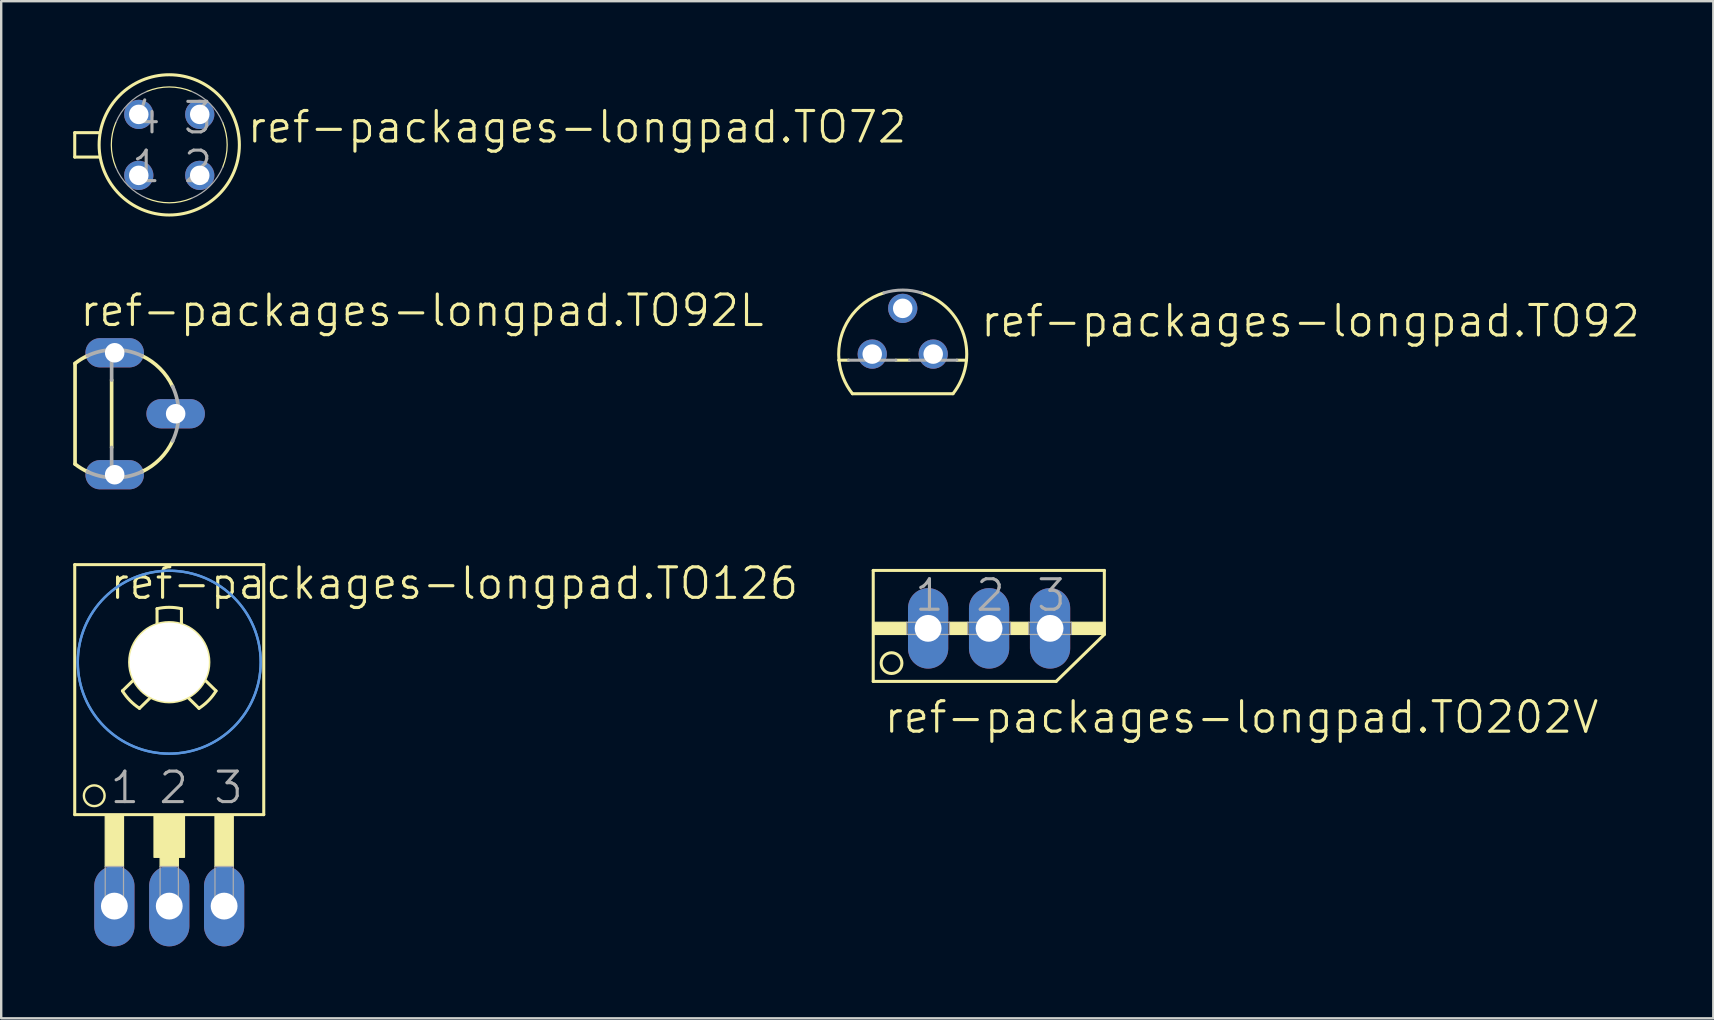
<source format=kicad_pcb>
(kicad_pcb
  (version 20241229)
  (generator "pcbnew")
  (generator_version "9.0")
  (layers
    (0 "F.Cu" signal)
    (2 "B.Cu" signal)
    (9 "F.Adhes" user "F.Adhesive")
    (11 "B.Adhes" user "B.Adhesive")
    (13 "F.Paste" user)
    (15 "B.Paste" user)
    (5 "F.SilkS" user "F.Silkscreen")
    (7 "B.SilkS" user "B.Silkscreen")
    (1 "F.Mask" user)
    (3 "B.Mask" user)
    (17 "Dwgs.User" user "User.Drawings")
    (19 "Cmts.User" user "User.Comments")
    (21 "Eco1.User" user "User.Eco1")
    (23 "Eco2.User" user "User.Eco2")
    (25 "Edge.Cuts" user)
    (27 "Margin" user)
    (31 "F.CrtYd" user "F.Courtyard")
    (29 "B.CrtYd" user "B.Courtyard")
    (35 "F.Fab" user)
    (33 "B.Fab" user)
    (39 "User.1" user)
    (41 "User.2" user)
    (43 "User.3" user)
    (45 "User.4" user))
  (footprint "ref-packages-longpad.TO202V"
    (layer "F.Cu")
    (at 38.152 20.585)
    (property "Reference" "ref-packages-longpad.TO202V" (at -4.445 6.985 0) (layer "F.SilkS") (effects (font (size 1.27 1.27) (thickness 0.13)) (justify left bottom)))
    (attr through_hole)
    (fp_line (start -4.826 0.127) (end 4.801 0.127) (stroke (width 0.127) (type default)) (layer "F.SilkS"))
    (fp_line (start -4.826 4.75) (end -4.826 0.127) (stroke (width 0.127) (type default)) (layer "F.SilkS"))
    (fp_line (start -4.826 4.75) (end 2.794 4.75) (stroke (width 0.127) (type default)) (layer "F.SilkS"))
    (fp_line (start 2.794 4.75) (end 4.801 2.794) (stroke (width 0.127) (type default)) (layer "F.SilkS"))
    (fp_line (start 4.801 0.127) (end 4.801 2.794) (stroke (width 0.127) (type default)) (layer "F.SilkS"))
    (fp_rect (start -4.826 2.794) (end -3.429 2.286) (stroke (width 0.05) (type default)) (fill yes) (layer "F.SilkS"))
    (fp_rect (start -1.651 2.794) (end -0.889 2.286) (stroke (width 0.05) (type default)) (fill yes) (layer "F.SilkS"))
    (fp_rect (start 0.889 2.794) (end 1.651 2.286) (stroke (width 0.05) (type default)) (fill yes) (layer "F.SilkS"))
    (fp_rect (start 3.429 2.794) (end 4.826 2.286) (stroke (width 0.05) (type default)) (fill yes) (layer "F.SilkS"))
    (fp_circle (center -4.064 3.988) (end -3.632 3.988) (stroke (width 0.127) (type default)) (fill no) (layer "F.SilkS"))
    (fp_rect (start -3.429 2.794) (end -1.651 2.286) (stroke (width 0.05) (type default)) (fill no) (layer "F.Fab"))
    (fp_rect (start -0.889 2.794) (end 0.889 2.286) (stroke (width 0.05) (type default)) (fill no) (layer "F.Fab"))
    (fp_rect (start 1.651 2.794) (end 3.429 2.286) (stroke (width 0.05) (type default)) (fill no) (layer "F.Fab"))
    (fp_text user "2" (at -0.635 1.905 0) (layer "F.Fab") (effects (font (size 1.27 1.27) (thickness 0.13)) (justify left bottom)))
    (fp_text user "3" (at 1.905 1.905 0) (layer "F.Fab") (effects (font (size 1.27 1.27) (thickness 0.13)) (justify left bottom)))
    (fp_text user "1" (at -3.175 1.905 0) (layer "F.Fab") (effects (font (size 1.27 1.27) (thickness 0.13)) (justify left bottom)))
    (pad "1" thru_hole oval (at -2.54 2.54 90) (size 3.353 1.676) (drill 1.118) (layers "*.Cu" "*.Mask"))
    (pad "2" thru_hole oval (at 0 2.54 90) (size 3.353 1.676) (drill 1.118) (layers "*.Cu" "*.Mask"))
    (pad "3" thru_hole oval (at 2.54 2.54 90) (size 3.353 1.676) (drill 1.118) (layers "*.Cu" "*.Mask")))
  (footprint "ref-packages-longpad.TO126"
    (layer "F.Cu")
    (at 4 29.615)
    (property "Reference" "ref-packages-longpad.TO126" (at -2.54 -7.62 0) (layer "F.SilkS") (effects (font (size 1.27 1.27) (thickness 0.13)) (justify left bottom)))
    (attr through_hole)
    (fp_line (start -3.937 -9.144) (end 3.937 -9.144) (stroke (width 0.127) (type default)) (layer "F.SilkS"))
    (fp_line (start -3.937 1.27) (end -3.937 -9.144) (stroke (width 0.127) (type default)) (layer "F.SilkS"))
    (fp_line (start -3.937 1.27) (end 3.937 1.27) (stroke (width 0.127) (type default)) (layer "F.SilkS"))
    (fp_line (start -1.479 -4.346) (end -1.949 -3.886) (stroke (width 0.127) (type default)) (layer "F.SilkS"))
    (fp_line (start -0.769 -3.619) (end -1.239 -3.159) (stroke (width 0.127) (type default)) (layer "F.SilkS"))
    (fp_line (start -0.508 -6.651) (end -0.508 -7.309) (stroke (width 0.127) (type default)) (layer "F.SilkS"))
    (fp_line (start 0.508 -6.651) (end 0.508 -7.309) (stroke (width 0.127) (type default)) (layer "F.SilkS"))
    (fp_line (start 0.769 -3.619) (end 1.239 -3.159) (stroke (width 0.127) (type default)) (layer "F.SilkS"))
    (fp_line (start 1.479 -4.346) (end 1.949 -3.886) (stroke (width 0.127) (type default)) (layer "F.SilkS"))
    (fp_line (start 3.937 -9.144) (end 3.937 1.27) (stroke (width 0.127) (type default)) (layer "F.SilkS"))
    (fp_rect (start -2.667 3.429) (end -1.905 1.27) (stroke (width 0.05) (type default)) (fill yes) (layer "F.SilkS"))
    (fp_rect (start -0.635 3.048) (end 0.635 1.27) (stroke (width 0.05) (type default)) (fill yes) (layer "F.SilkS"))
    (fp_rect (start -0.381 3.429) (end 0.381 1.27) (stroke (width 0.05) (type default)) (fill yes) (layer "F.SilkS"))
    (fp_rect (start 1.905 3.429) (end 2.667 1.27) (stroke (width 0.05) (type default)) (fill yes) (layer "F.SilkS"))
    (fp_arc (start -1.2393 -3.1591) (mid -1.635181 -3.482509) (end -1.9493 -3.8858) (stroke (width 0.127) (type default)) (layer "F.SilkS"))
    (fp_arc (start -0.508 -7.3088) (mid 0 -7.36596) (end 0.508 -7.3088) (stroke (width 0.127) (type default)) (layer "F.SilkS"))
    (fp_arc (start 1.9493 -3.8858) (mid 1.635181 -3.482509) (end 1.2393 -3.1591) (stroke (width 0.127) (type default)) (layer "F.SilkS"))
    (fp_circle (center -3.124 0.483) (end -2.692 0.483) (stroke (width 0.1) (type default)) (fill no) (layer "F.SilkS"))
    (fp_circle (center 0 -5.08) (end 1.651 -5.08) (stroke (width 0.127) (type default)) (fill no) (layer "F.SilkS"))
    (fp_circle (center 0 -5.08) (end 3.81 -5.08) (stroke (width 0.1) (type default)) (fill no) (layer "Cmts.User"))
    (fp_circle (center 0 -5.08) (end 3.81 -5.08) (stroke (width 0.1) (type default)) (fill no) (layer "Cmts.User"))
    (fp_rect (start -2.667 5.207) (end -1.905 3.429) (stroke (width 0.05) (type default)) (fill no) (layer "F.Fab"))
    (fp_rect (start -0.381 5.207) (end 0.381 3.429) (stroke (width 0.05) (type default)) (fill no) (layer "F.Fab"))
    (fp_rect (start 1.905 5.207) (end 2.667 3.429) (stroke (width 0.05) (type default)) (fill no) (layer "F.Fab"))
    (fp_text user "3" (at 1.778 0.889 0) (layer "F.Fab") (effects (font (size 1.27 1.27) (thickness 0.13)) (justify left bottom)))
    (fp_text user "2" (at -0.508 0.889 0) (layer "F.Fab") (effects (font (size 1.27 1.27) (thickness 0.13)) (justify left bottom)))
    (fp_text user "1" (at -2.54 0.889 0) (layer "F.Fab") (effects (font (size 1.27 1.27) (thickness 0.13)) (justify left bottom)))
    (pad "" np_thru_hole circle (at 0 -5.08) (size 3.302 3.302) (drill 3.302) (layers "*.Cu" "*.Mask"))
    (pad "1" thru_hole oval (at -2.286 5.08 90) (size 3.353 1.676) (drill 1.118) (layers "*.Cu" "*.Mask"))
    (pad "2" thru_hole oval (at 0 5.08 90) (size 3.353 1.676) (drill 1.118) (layers "*.Cu" "*.Mask"))
    (pad "3" thru_hole oval (at 2.286 5.08 90) (size 3.353 1.676) (drill 1.118) (layers "*.Cu" "*.Mask")))
  (footprint "ref-packages-longpad.TO92L"
    (layer "F.Cu")
    (at 1.727 14.185)
    (property "Reference" "ref-packages-longpad.TO92L" (at -1.524 -3.556 0) (layer "F.SilkS") (effects (font (size 1.27 1.27) (thickness 0.13)) (justify left bottom)))
    (attr through_hole)
    (fp_line (start -1.651 -2.095) (end -1.651 2.095) (stroke (width 0.152) (type default)) (layer "F.SilkS"))
    (fp_line (start -0.127 1.404) (end -0.127 -1.404) (stroke (width 0.152) (type default)) (layer "F.SilkS"))
    (fp_arc (start -1.651 -2.095) (mid -1.40252 -2.268918) (end -1.1359 -2.4135) (stroke (width 0.1524) (type default)) (layer "F.SilkS"))
    (fp_arc (start -1.1118 2.4247) (mid -1.391201 2.275878) (end -1.651 2.095) (stroke (width 0.1524) (type default)) (layer "F.SilkS"))
    (fp_arc (start 1.1359 -2.413) (mid 1.885847 -1.885847) (end 2.413 -1.1359) (stroke (width 0.1524) (type default)) (layer "F.SilkS"))
    (fp_arc (start 2.413 1.1359) (mid 1.885847 1.885847) (end 1.1359 2.413) (stroke (width 0.1524) (type default)) (layer "F.SilkS"))
    (fp_line (start -0.127 -1.404) (end -0.127 -2.664) (stroke (width 0.152) (type default)) (layer "F.Fab"))
    (fp_line (start -0.127 2.664) (end -0.127 1.404) (stroke (width 0.152) (type default)) (layer "F.Fab"))
    (fp_arc (start -1.1359 -2.413) (mid -0.643799 -2.588137) (end -0.127 -2.664) (stroke (width 0.1524) (type default)) (layer "F.Fab"))
    (fp_arc (start -0.127 -2.664) (mid 0.519825 -2.615858) (end 1.1359 -2.413) (stroke (width 0.1524) (type default)) (layer "F.Fab"))
    (fp_arc (start -0.127 2.664) (mid -0.643799 2.588137) (end -1.1359 2.413) (stroke (width 0.1524) (type default)) (layer "F.Fab"))
    (fp_arc (start 1.1359 2.413) (mid 0.519825 2.615858) (end -0.127 2.664) (stroke (width 0.1524) (type default)) (layer "F.Fab"))
    (fp_arc (start 2.413 -1.1359) (mid 2.66699 0) (end 2.413 1.1359) (stroke (width 0.1524) (type default)) (layer "F.Fab"))
    (pad "1" thru_hole oval (at 0 2.54) (size 2.438 1.219) (drill 0.813) (layers "*.Cu" "*.Mask"))
    (pad "2" thru_hole oval (at 2.54 0) (size 2.438 1.219) (drill 0.813) (layers "*.Cu" "*.Mask"))
    (pad "3" thru_hole oval (at 0 -2.54) (size 2.438 1.219) (drill 0.813) (layers "*.Cu" "*.Mask")))
  (footprint "ref-packages-longpad.TO92"
    (layer "F.Cu")
    (at 34.554 11.7)
    (property "Reference" "ref-packages-longpad.TO92" (at 3.175 -0.635 0) (layer "F.SilkS") (effects (font (size 1.27 1.27) (thickness 0.13)) (justify left bottom)))
    (attr through_hole)
    (fp_line (start -2.655 0.254) (end -2.254 0.254) (stroke (width 0.127) (type default)) (layer "F.SilkS"))
    (fp_line (start -2.095 1.651) (end 2.095 1.651) (stroke (width 0.127) (type default)) (layer "F.SilkS"))
    (fp_line (start -0.286 0.254) (end 0.286 0.254) (stroke (width 0.127) (type default)) (layer "F.SilkS"))
    (fp_line (start 2.254 0.254) (end 2.655 0.254) (stroke (width 0.127) (type default)) (layer "F.SilkS"))
    (fp_arc (start -2.6549 0.254) (mid -2.219001 -1.479565) (end -0.7863 -2.5485) (stroke (width 0.127) (type default)) (layer "F.SilkS"))
    (fp_arc (start -2.0946 1.651) (mid -2.475346 0.992847) (end -2.6549 0.254) (stroke (width 0.127) (type default)) (layer "F.SilkS"))
    (fp_arc (start 0.7863 -2.5484) (mid 2.54627 -0.793201) (end 2.0945 1.651) (stroke (width 0.127) (type default)) (layer "F.SilkS"))
    (fp_line (start -2.254 0.254) (end -0.286 0.254) (stroke (width 0.127) (type default)) (layer "F.Fab"))
    (fp_line (start 0.286 0.254) (end 2.254 0.254) (stroke (width 0.127) (type default)) (layer "F.Fab"))
    (fp_arc (start -0.7863 -2.5485) (mid 0 -2.667043) (end 0.7863 -2.5485) (stroke (width 0.127) (type default)) (layer "F.Fab"))
    (pad "1" thru_hole circle (at -1.27 0) (size 1.219 1.219) (drill 0.813) (layers "*.Cu" "*.Mask"))
    (pad "2" thru_hole circle (at 0 -1.905) (size 1.219 1.219) (drill 0.813) (layers "*.Cu" "*.Mask"))
    (pad "3" thru_hole circle (at 1.27 0) (size 1.219 1.219) (drill 0.813) (layers "*.Cu" "*.Mask")))
  (footprint "ref-packages-longpad.TO72"
    (layer "F.Cu")
    (at 4 2.985)
    (property "Reference" "ref-packages-longpad.TO72" (at 3.175 0 0) (layer "F.SilkS") (effects (font (size 1.27 1.27) (thickness 0.13)) (justify left bottom)))
    (attr through_hole)
    (fp_line (start -3.937 -0.508) (end -2.896 -0.508) (stroke (width 0.127) (type default)) (layer "F.SilkS"))
    (fp_line (start -3.937 0.508) (end -3.937 -0.508) (stroke (width 0.127) (type default)) (layer "F.SilkS"))
    (fp_line (start -2.896 0.508) (end -3.937 0.508) (stroke (width 0.127) (type default)) (layer "F.SilkS"))
    (fp_arc (start -2.227 0.9289) (mid -2.412962 0) (end -2.227 -0.9289) (stroke (width 0.0508) (type default)) (layer "F.SilkS"))
    (fp_arc (start -0.9289 -2.227) (mid 0 -2.412962) (end 0.9289 -2.227) (stroke (width 0.0508) (type default)) (layer "F.SilkS"))
    (fp_arc (start 0.9289 2.227) (mid 0 2.412962) (end -0.9289 2.227) (stroke (width 0.0508) (type default)) (layer "F.SilkS"))
    (fp_arc (start 2.227 -0.9289) (mid 2.412962 0) (end 2.227 0.9289) (stroke (width 0.0508) (type default)) (layer "F.SilkS"))
    (fp_circle (center 0 0) (end 2.921 0) (stroke (width 0.127) (type default)) (fill no) (layer "F.SilkS"))
    (fp_arc (start -2.227 -0.9289) (mid -1.706222 -1.706222) (end -0.9289 -2.227) (stroke (width 0.0508) (type default)) (layer "F.Fab"))
    (fp_arc (start -0.9289 2.227) (mid -1.706222 1.706222) (end -2.227 0.9289) (stroke (width 0.0508) (type default)) (layer "F.Fab"))
    (fp_arc (start 0.9289 -2.227) (mid 1.706222 -1.706222) (end 2.227 -0.9289) (stroke (width 0.0508) (type default)) (layer "F.Fab"))
    (fp_arc (start 2.227 0.9289) (mid 1.706222 1.706222) (end 0.9289 2.227) (stroke (width 0.0508) (type default)) (layer "F.Fab"))
    (fp_text user "3" (at 0.508 -0.381 0) (layer "F.Fab") (effects (font (size 1.27 1.27) (thickness 0.13)) (justify left bottom)))
    (fp_text user "2" (at 0.508 1.651 0) (layer "F.Fab") (effects (font (size 1.27 1.27) (thickness 0.13)) (justify left bottom)))
    (fp_text user "4" (at -1.651 -0.381 0) (layer "F.Fab") (effects (font (size 1.27 1.27) (thickness 0.13)) (justify left bottom)))
    (fp_text user "1" (at -1.651 1.651 0) (layer "F.Fab") (effects (font (size 1.27 1.27) (thickness 0.13)) (justify left bottom)))
    (pad "1" thru_hole circle (at -1.27 1.27) (size 1.219 1.219) (drill 0.813) (layers "*.Cu" "*.Mask"))
    (pad "2" thru_hole circle (at 1.27 1.27) (size 1.219 1.219) (drill 0.813) (layers "*.Cu" "*.Mask"))
    (pad "3" thru_hole circle (at 1.27 -1.27) (size 1.219 1.219) (drill 0.813) (layers "*.Cu" "*.Mask"))
    (pad "4" thru_hole circle (at -1.27 -1.27) (size 1.219 1.219) (drill 0.813) (layers "*.Cu" "*.Mask")))
  (gr_rect
    (start -3 -3)
    (end 68.321 39.371)
    (stroke (width 0.1) (type default))
    (fill no)
    (layer "Edge.Cuts")))
</source>
